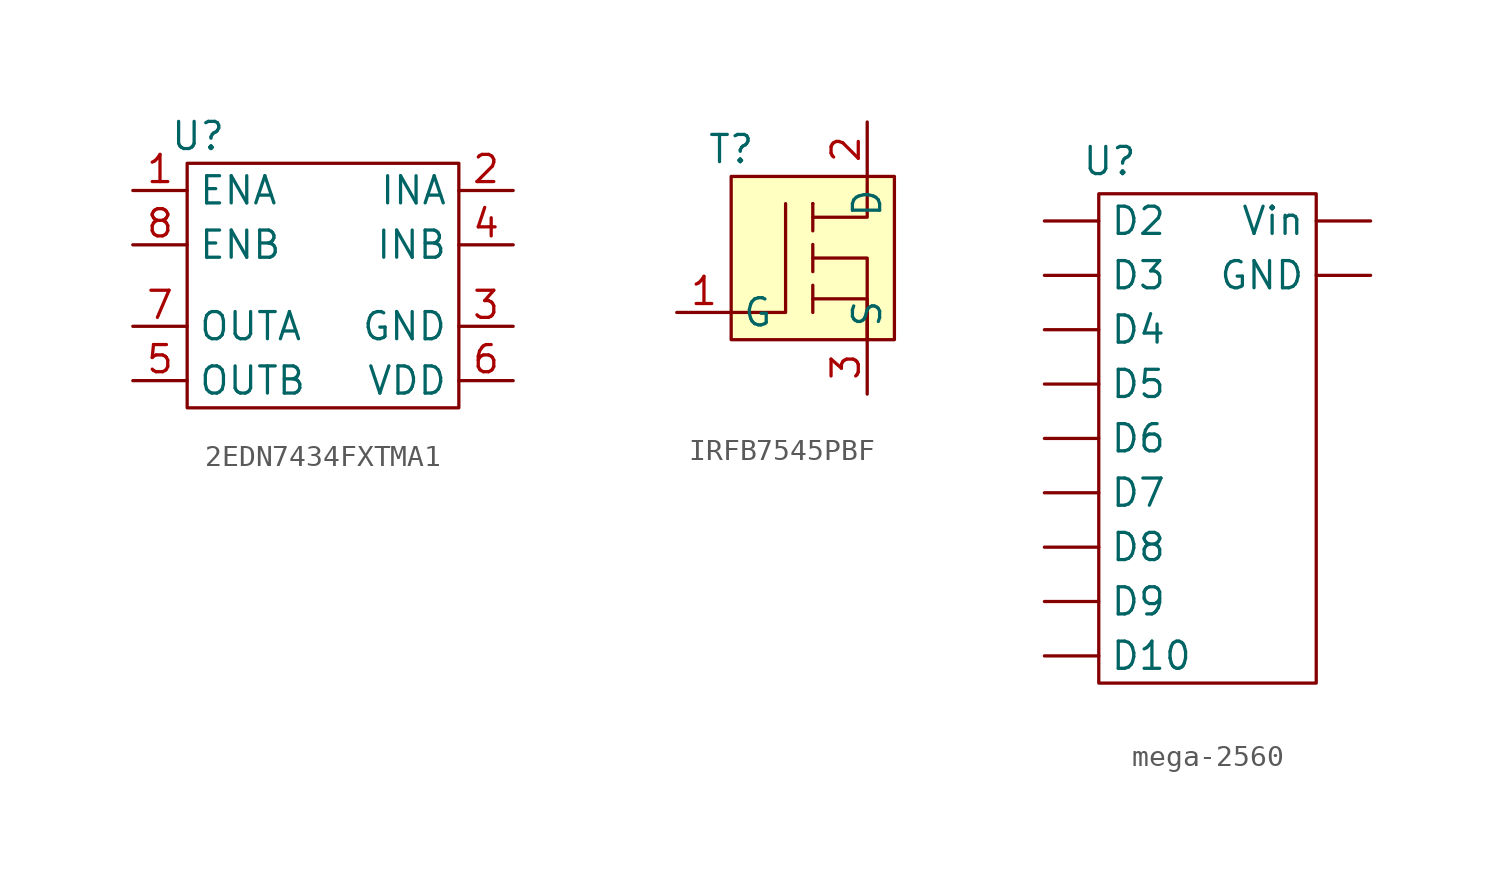
<source format=kicad_sym>
(kicad_symbol_lib
  (version 20231120)
  (generator "kicad_symbol_editor")
  (generator_version "8.0")
  (symbol "2EDN7434FXTMA1"
    (property "Reference" "U"
      (at -5.842 0 0)
      (effects (font (size 1.27 1.27))))
    (property "Value" ""
      (at 0 0 0)
      (effects (font (size 1.27 1.27))))
    (symbol "2EDN7434FXTMA1_0_1"
      (rectangle (start -6.35 -1.27) (end 6.35 -12.7) (stroke (width 0) (type default)) (fill (type none))))
    (symbol "2EDN7434FXTMA1_1_1"
      (pin input line (at -8.89 -2.54 0) (length 2.54) (name "ENA" (effects (font (size 1.27 1.27)))) (number "1" (effects (font (size 1.27 1.27)))))
      (pin input line (at 8.89 -2.54 180) (length 2.54) (name "INA" (effects (font (size 1.27 1.27)))) (number "2" (effects (font (size 1.27 1.27)))))
      (pin power_in line (at 8.89 -8.89 180) (length 2.54) (name "GND" (effects (font (size 1.27 1.27)))) (number "3" (effects (font (size 1.27 1.27)))))
      (pin input line (at 8.89 -5.08 180) (length 2.54) (name "INB" (effects (font (size 1.27 1.27)))) (number "4" (effects (font (size 1.27 1.27)))))
      (pin output line (at -8.89 -11.43 0) (length 2.54) (name "OUTB" (effects (font (size 1.27 1.27)))) (number "5" (effects (font (size 1.27 1.27)))))
      (pin power_in line (at 8.89 -11.43 180) (length 2.54) (name "VDD" (effects (font (size 1.27 1.27)))) (number "6" (effects (font (size 1.27 1.27)))))
      (pin output line (at -8.89 -8.89 0) (length 2.54) (name "OUTA" (effects (font (size 1.27 1.27)))) (number "7" (effects (font (size 1.27 1.27)))))
      (pin input line (at -8.89 -5.08 0) (length 2.54) (name "ENB" (effects (font (size 1.27 1.27)))) (number "8" (effects (font (size 1.27 1.27)))))))
  (symbol "IRFB7545PBF"
    (property "Reference" "T"
      (at -2.54 0 0)
      (effects (font (size 1.27 1.27))))
    (property "Value" ""
      (at 0 0 0)
      (effects (font (size 1.27 1.27))))
    (symbol "IRFB7545PBF_0_1"
      (rectangle (start -2.54 -1.27) (end 5.08 -8.89) (stroke (width 0) (type default)) (fill (type background)))
      (polyline (pts (xy 1.27 -6.35) (xy 1.27 -7.62)) (stroke (width 0) (type default)) (fill (type none)))
      (polyline (pts (xy 1.27 -4.445) (xy 1.27 -5.715)) (stroke (width 0) (type default)) (fill (type none)))
      (polyline (pts (xy 1.27 -2.54) (xy 1.27 -3.81)) (stroke (width 0) (type default)) (fill (type none)))
      (polyline (pts (xy 1.27 -2.54) (xy 1.27 -2.54)) (stroke (width 0) (type default)) (fill (type none)))
      (polyline (pts (xy 0 -2.54) (xy 0 -7.62) (xy -2.54 -7.62)) (stroke (width 0) (type default)) (fill (type none)))
      (polyline (pts (xy 1.27 -6.985) (xy 3.81 -6.985) (xy 3.81 -8.89)) (stroke (width 0) (type default)) (fill (type none)))
      (polyline (pts (xy 1.27 -3.175) (xy 3.81 -3.175) (xy 3.81 -1.27)) (stroke (width 0) (type default)) (fill (type none)))
      (polyline (pts (xy 3.81 -8.89) (xy 3.81 -5.08) (xy 1.27 -5.08)) (stroke (width 0) (type default)) (fill (type none))))
    (symbol "IRFB7545PBF_1_1"
      (pin input line (at -5.08 -7.62 0) (length 2.54) (name "G" (effects (font (size 1.27 1.27)))) (number "1" (effects (font (size 1.27 1.27)))))
      (pin input line (at 3.81 1.27 270) (length 2.54) (name "D" (effects (font (size 1.27 1.27)))) (number "2" (effects (font (size 1.27 1.27)))))
      (pin input line (at 3.81 -11.43 90) (length 2.54) (name "S" (effects (font (size 1.27 1.27)))) (number "3" (effects (font (size 1.27 1.27)))))))
  (symbol "mega-2560"
    (property "Reference" "U"
      (at -4.572 21.844 0)
      (effects (font (size 1.27 1.27))))
    (property "Value" ""
      (at 0 0 0)
      (effects (font (size 1.27 1.27))))
    (symbol "mega-2560_0_1"
      (rectangle (start -5.08 20.32) (end 5.08 -2.54) (stroke (width 0) (type default)) (fill (type none))))
    (symbol "mega-2560_1_1"
      (pin output line (at -7.62 -1.27 0) (length 2.54) (name "D10" (effects (font (size 1.27 1.27)))) (number "" (effects (font (size 1.27 1.27)))))
      (pin output line (at -7.62 19.05 0) (length 2.54) (name "D2" (effects (font (size 1.27 1.27)))) (number "" (effects (font (size 1.27 1.27)))))
      (pin output line (at -7.62 16.51 0) (length 2.54) (name "D3" (effects (font (size 1.27 1.27)))) (number "" (effects (font (size 1.27 1.27)))))
      (pin output line (at -7.62 13.97 0) (length 2.54) (name "D4" (effects (font (size 1.27 1.27)))) (number "" (effects (font (size 1.27 1.27)))))
      (pin output line (at -7.62 11.43 0) (length 2.54) (name "D5" (effects (font (size 1.27 1.27)))) (number "" (effects (font (size 1.27 1.27)))))
      (pin output line (at -7.62 8.89 0) (length 2.54) (name "D6" (effects (font (size 1.27 1.27)))) (number "" (effects (font (size 1.27 1.27)))))
      (pin output line (at -7.62 6.35 0) (length 2.54) (name "D7" (effects (font (size 1.27 1.27)))) (number "" (effects (font (size 1.27 1.27)))))
      (pin output line (at -7.62 3.81 0) (length 2.54) (name "D8" (effects (font (size 1.27 1.27)))) (number "" (effects (font (size 1.27 1.27)))))
      (pin output line (at -7.62 1.27 0) (length 2.54) (name "D9" (effects (font (size 1.27 1.27)))) (number "" (effects (font (size 1.27 1.27)))))
      (pin power_in line (at 7.62 16.51 180) (length 2.54) (name "GND" (effects (font (size 1.27 1.27)))) (number "" (effects (font (size 1.27 1.27)))))
      (pin power_in line (at 7.62 19.05 180) (length 2.54) (name "Vin" (effects (font (size 1.27 1.27)))) (number "" (effects (font (size 1.27 1.27))))))))
</source>
